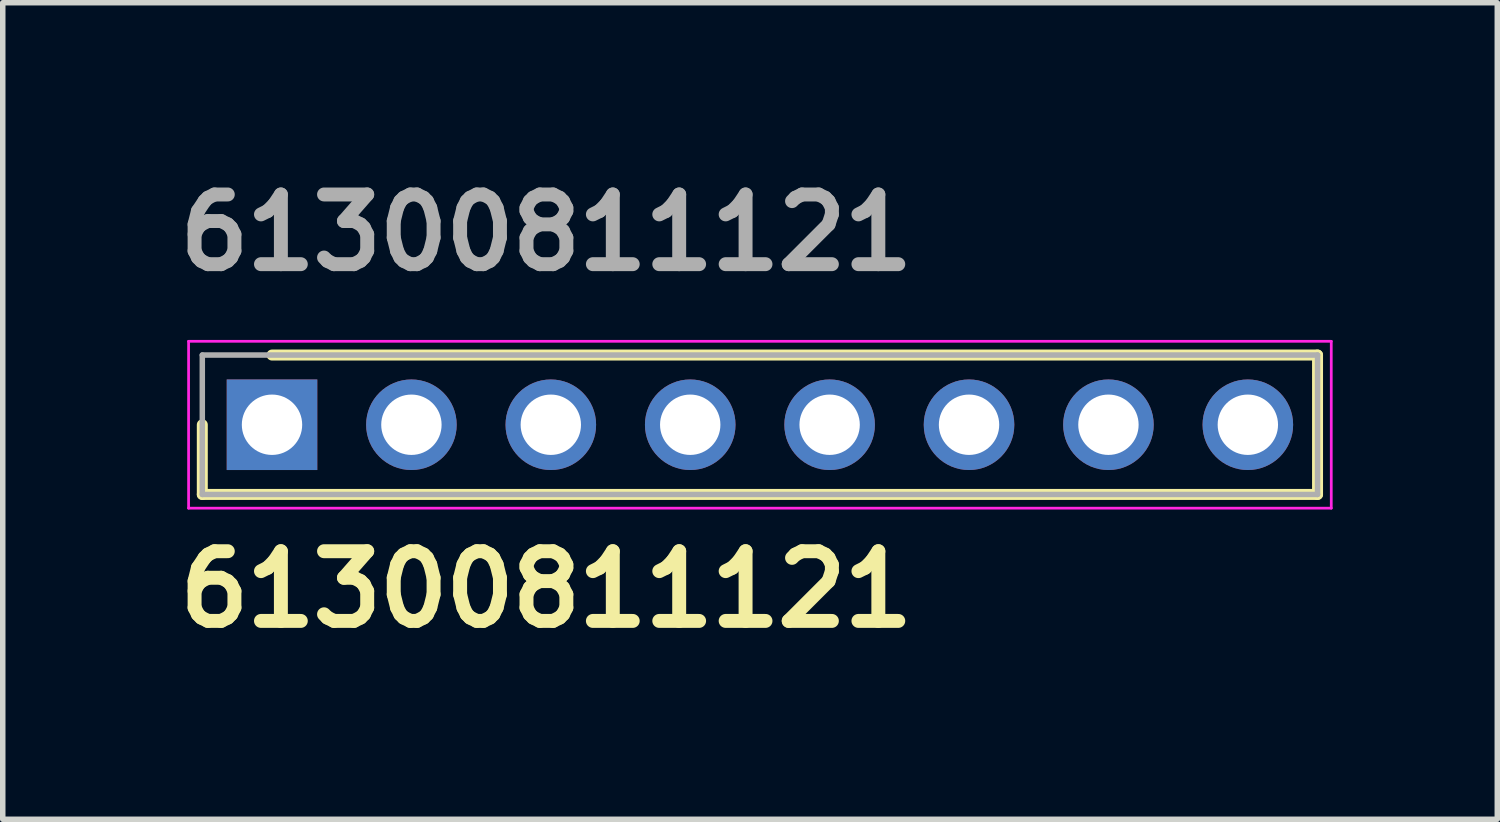
<source format=kicad_pcb>
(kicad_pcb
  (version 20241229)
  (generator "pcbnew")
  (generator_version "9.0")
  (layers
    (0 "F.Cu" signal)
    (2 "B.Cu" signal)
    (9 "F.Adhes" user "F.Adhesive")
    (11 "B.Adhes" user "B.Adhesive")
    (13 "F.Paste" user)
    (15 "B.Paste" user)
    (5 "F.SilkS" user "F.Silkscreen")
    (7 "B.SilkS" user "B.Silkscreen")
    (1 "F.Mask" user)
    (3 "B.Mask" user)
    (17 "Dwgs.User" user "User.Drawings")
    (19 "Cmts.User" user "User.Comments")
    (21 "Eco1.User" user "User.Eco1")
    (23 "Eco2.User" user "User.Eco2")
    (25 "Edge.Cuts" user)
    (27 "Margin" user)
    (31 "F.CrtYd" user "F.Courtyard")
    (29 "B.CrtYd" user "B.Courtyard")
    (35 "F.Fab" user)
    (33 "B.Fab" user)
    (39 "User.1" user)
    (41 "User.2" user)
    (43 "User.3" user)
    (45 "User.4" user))
  (footprint "61300811121"
    (layer "F.Cu")
    (at 1.906 4.689)
    (property "Reference" "61300811121" (at 5 3 0) (layer "F.SilkS") (effects (font (size 1.27 1.27) (thickness 0.254))))
    (attr through_hole)
    (fp_line (start -1.27 0) (end -1.27 1.27) (stroke (width 0.2) (type solid)) (layer "F.SilkS"))
    (fp_line (start -1.27 1.27) (end 19.05 1.27) (stroke (width 0.2) (type solid)) (layer "F.SilkS"))
    (fp_line (start 19.05 -1.27) (end 0 -1.27) (stroke (width 0.2) (type solid)) (layer "F.SilkS"))
    (fp_line (start 19.05 1.27) (end 19.05 -1.27) (stroke (width 0.2) (type solid)) (layer "F.SilkS"))
    (fp_line (start -1.52 -1.52) (end 19.3 -1.52) (stroke (width 0.05) (type solid)) (layer "F.CrtYd"))
    (fp_line (start -1.52 1.52) (end -1.52 -1.52) (stroke (width 0.05) (type solid)) (layer "F.CrtYd"))
    (fp_line (start 19.3 -1.52) (end 19.3 1.52) (stroke (width 0.05) (type solid)) (layer "F.CrtYd"))
    (fp_line (start 19.3 1.52) (end -1.52 1.52) (stroke (width 0.05) (type solid)) (layer "F.CrtYd"))
    (fp_line (start -1.27 -1.27) (end 19.05 -1.27) (stroke (width 0.1) (type solid)) (layer "F.Fab"))
    (fp_line (start -1.27 1.27) (end -1.27 -1.27) (stroke (width 0.1) (type solid)) (layer "F.Fab"))
    (fp_line (start 19.05 -1.27) (end 19.05 1.27) (stroke (width 0.1) (type solid)) (layer "F.Fab"))
    (fp_line (start 19.05 1.27) (end -1.27 1.27) (stroke (width 0.1) (type solid)) (layer "F.Fab"))
    (fp_text user "${REFERENCE}" (at 5 -3.5 0) (layer "F.Fab") (effects (font (size 1.27 1.27) (thickness 0.254))))
    (pad "1" thru_hole rect (at 0 0) (size 1.65 1.65) (drill 1.1) (layers "*.Cu" "*.Mask"))
    (pad "2" thru_hole circle (at 2.54 0) (size 1.65 1.65) (drill 1.1) (layers "*.Cu" "*.Mask"))
    (pad "3" thru_hole circle (at 5.08 0) (size 1.65 1.65) (drill 1.1) (layers "*.Cu" "*.Mask"))
    (pad "4" thru_hole circle (at 7.62 0) (size 1.65 1.65) (drill 1.1) (layers "*.Cu" "*.Mask"))
    (pad "5" thru_hole circle (at 10.16 0) (size 1.65 1.65) (drill 1.1) (layers "*.Cu" "*.Mask"))
    (pad "6" thru_hole circle (at 12.7 0) (size 1.65 1.65) (drill 1.1) (layers "*.Cu" "*.Mask"))
    (pad "7" thru_hole circle (at 15.24 0) (size 1.65 1.65) (drill 1.1) (layers "*.Cu" "*.Mask"))
    (pad "8" thru_hole circle (at 17.78 0) (size 1.65 1.65) (drill 1.1) (layers "*.Cu" "*.Mask")))
  (gr_rect
    (start -3 -3)
    (end 24.231 11.877)
    (stroke (width 0.1) (type default))
    (fill no)
    (layer "Edge.Cuts")))
</source>
